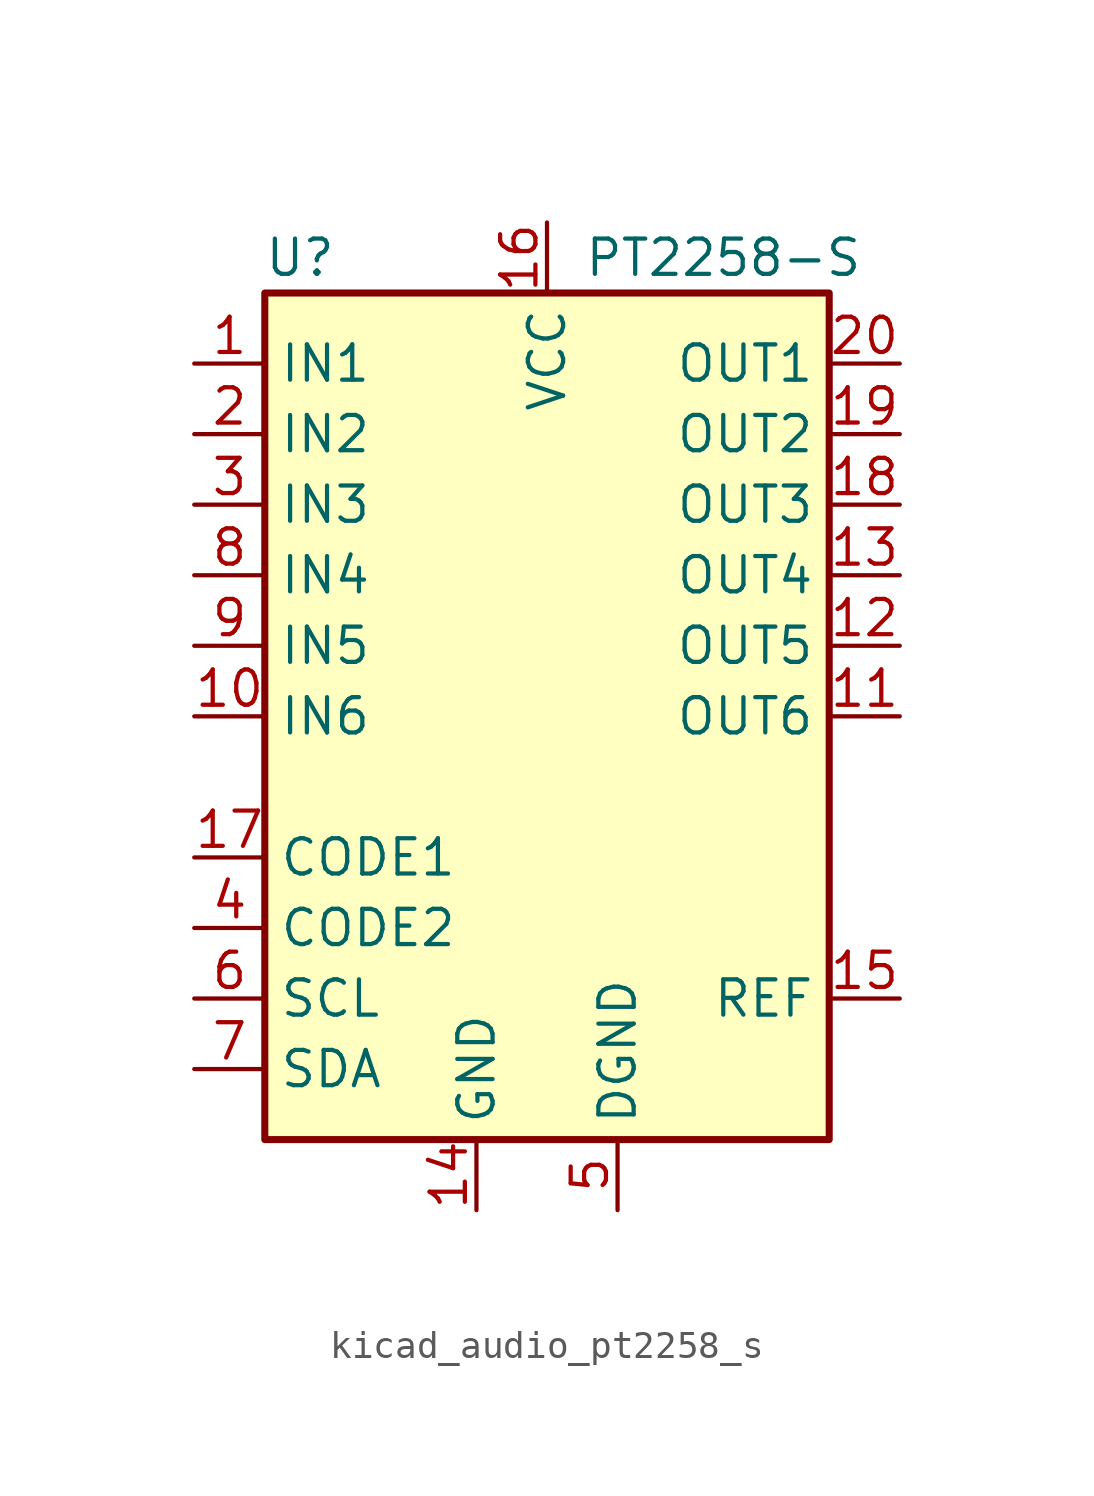
<source format=kicad_sym>
(kicad_symbol_lib
  (version 20220914)
  (generator kicad_symbol_editor)
  (symbol "kicad_audio_pt2258_s"
    (property "Reference" "U"
      (at -8.89 16.51 0)
      (effects (font (size 1.27 1.27))))
    (property "Value" "PT2258-S"
      (at 6.35 16.51 0)
      (effects (font (size 1.27 1.27))))
    (symbol "kicad_audio_pt2258_s_0_1"
      (rectangle (start -10.16 15.24) (end 10.16 -15.24) (stroke (width 0.254) (type solid)) (fill (type background))))
    (symbol "kicad_audio_pt2258_s_1_1"
      (pin input line (at -12.7 12.7 0) (length 2.54) (name "IN1" (effects (font (size 1.27 1.27)))) (number "1" (effects (font (size 1.27 1.27)))))
      (pin input line (at -12.7 0 0) (length 2.54) (name "IN6" (effects (font (size 1.27 1.27)))) (number "10" (effects (font (size 1.27 1.27)))))
      (pin output line (at 12.7 0 180) (length 2.54) (name "OUT6" (effects (font (size 1.27 1.27)))) (number "11" (effects (font (size 1.27 1.27)))))
      (pin output line (at 12.7 2.54 180) (length 2.54) (name "OUT5" (effects (font (size 1.27 1.27)))) (number "12" (effects (font (size 1.27 1.27)))))
      (pin output line (at 12.7 5.08 180) (length 2.54) (name "OUT4" (effects (font (size 1.27 1.27)))) (number "13" (effects (font (size 1.27 1.27)))))
      (pin power_in line (at -2.54 -17.78 90) (length 2.54) (name "GND" (effects (font (size 1.27 1.27)))) (number "14" (effects (font (size 1.27 1.27)))))
      (pin output line (at 12.7 -10.16 180) (length 2.54) (name "REF" (effects (font (size 1.27 1.27)))) (number "15" (effects (font (size 1.27 1.27)))))
      (pin power_in line (at 0 17.78 270) (length 2.54) (name "VCC" (effects (font (size 1.27 1.27)))) (number "16" (effects (font (size 1.27 1.27)))))
      (pin input line (at -12.7 -5.08 0) (length 2.54) (name "CODE1" (effects (font (size 1.27 1.27)))) (number "17" (effects (font (size 1.27 1.27)))))
      (pin output line (at 12.7 7.62 180) (length 2.54) (name "OUT3" (effects (font (size 1.27 1.27)))) (number "18" (effects (font (size 1.27 1.27)))))
      (pin output line (at 12.7 10.16 180) (length 2.54) (name "OUT2" (effects (font (size 1.27 1.27)))) (number "19" (effects (font (size 1.27 1.27)))))
      (pin input line (at -12.7 10.16 0) (length 2.54) (name "IN2" (effects (font (size 1.27 1.27)))) (number "2" (effects (font (size 1.27 1.27)))))
      (pin output line (at 12.7 12.7 180) (length 2.54) (name "OUT1" (effects (font (size 1.27 1.27)))) (number "20" (effects (font (size 1.27 1.27)))))
      (pin input line (at -12.7 7.62 0) (length 2.54) (name "IN3" (effects (font (size 1.27 1.27)))) (number "3" (effects (font (size 1.27 1.27)))))
      (pin input line (at -12.7 -7.62 0) (length 2.54) (name "CODE2" (effects (font (size 1.27 1.27)))) (number "4" (effects (font (size 1.27 1.27)))))
      (pin power_in line (at 2.54 -17.78 90) (length 2.54) (name "DGND" (effects (font (size 1.27 1.27)))) (number "5" (effects (font (size 1.27 1.27)))))
      (pin bidirectional line (at -12.7 -10.16 0) (length 2.54) (name "SCL" (effects (font (size 1.27 1.27)))) (number "6" (effects (font (size 1.27 1.27)))))
      (pin bidirectional line (at -12.7 -12.7 0) (length 2.54) (name "SDA" (effects (font (size 1.27 1.27)))) (number "7" (effects (font (size 1.27 1.27)))))
      (pin input line (at -12.7 5.08 0) (length 2.54) (name "IN4" (effects (font (size 1.27 1.27)))) (number "8" (effects (font (size 1.27 1.27)))))
      (pin input line (at -12.7 2.54 0) (length 2.54) (name "IN5" (effects (font (size 1.27 1.27)))) (number "9" (effects (font (size 1.27 1.27))))))))
</source>
